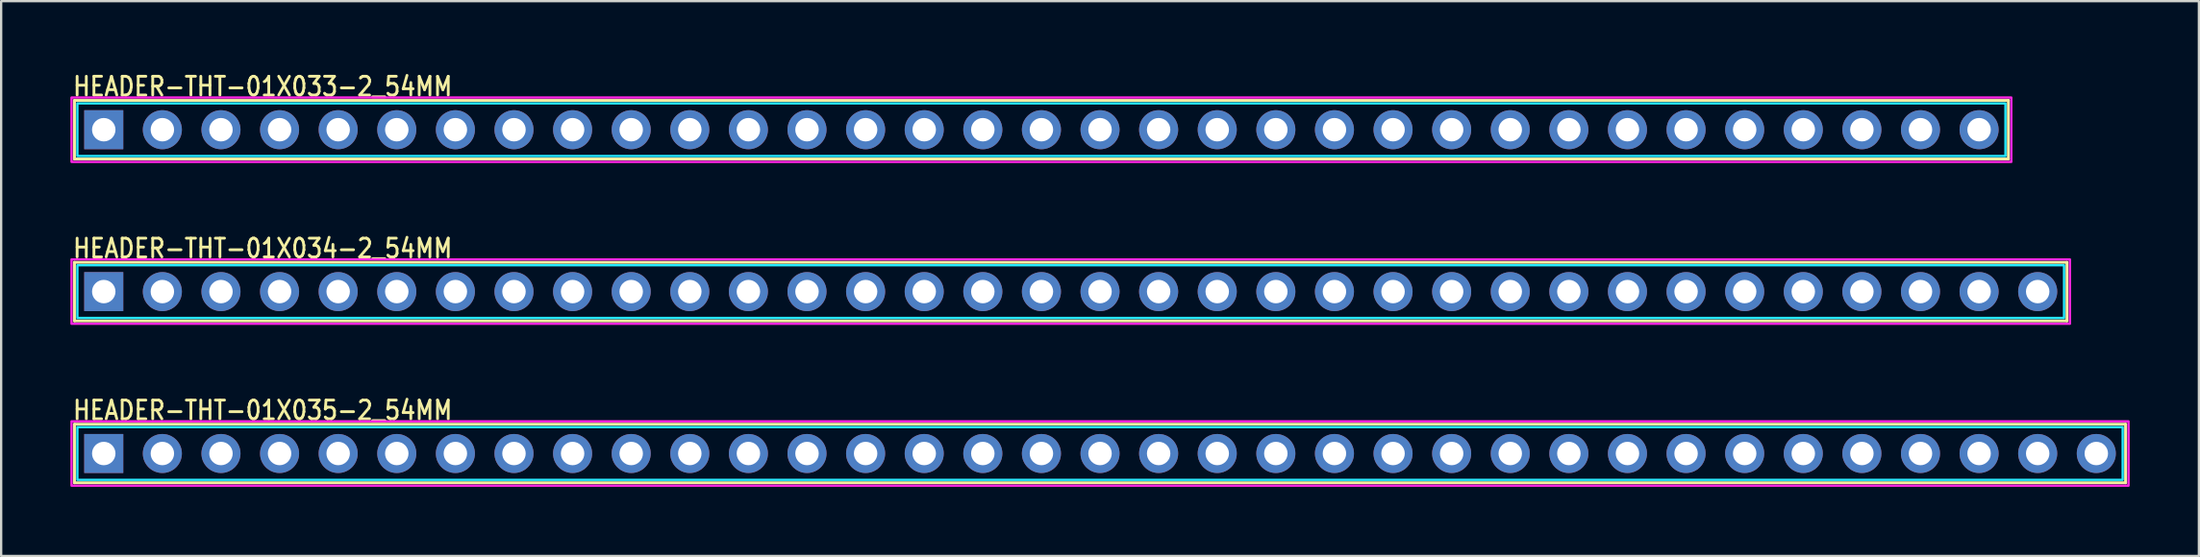
<source format=kicad_pcb>
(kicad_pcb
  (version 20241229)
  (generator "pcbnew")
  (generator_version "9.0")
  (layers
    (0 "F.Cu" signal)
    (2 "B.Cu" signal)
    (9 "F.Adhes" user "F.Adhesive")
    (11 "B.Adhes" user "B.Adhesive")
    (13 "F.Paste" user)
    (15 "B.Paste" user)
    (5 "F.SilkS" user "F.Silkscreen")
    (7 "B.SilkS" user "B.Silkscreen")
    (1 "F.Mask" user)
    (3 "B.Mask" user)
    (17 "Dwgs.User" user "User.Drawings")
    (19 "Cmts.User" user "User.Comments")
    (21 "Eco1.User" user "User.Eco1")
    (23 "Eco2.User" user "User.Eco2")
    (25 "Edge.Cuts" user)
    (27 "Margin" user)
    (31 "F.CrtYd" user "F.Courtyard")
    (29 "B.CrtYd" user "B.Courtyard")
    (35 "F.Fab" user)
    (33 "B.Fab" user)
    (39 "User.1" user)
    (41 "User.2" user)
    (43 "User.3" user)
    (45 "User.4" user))
  (footprint "HEADER-THT-01X035-2_54MM"
    (layer "F.Cu")
    (at 1.447 16.63)
    (property "Reference" "HEADER-THT-01X035-2_54MM" (at -1.4 -1.4 0) (unlocked yes) (layer "F.SilkS") (effects (font (size 0.813 0.695) (thickness 0.122)) (justify left bottom)))
    (fp_line (start -1.27 -1.27) (end -1.27 1.27) (stroke (width 0.127) (type solid)) (layer "F.SilkS"))
    (fp_line (start -1.27 1.27) (end 87.63 1.27) (stroke (width 0.127) (type solid)) (layer "F.SilkS"))
    (fp_line (start 87.63 -1.27) (end -1.27 -1.27) (stroke (width 0.127) (type solid)) (layer "F.SilkS"))
    (fp_line (start 87.63 1.27) (end 87.63 -1.27) (stroke (width 0.127) (type solid)) (layer "F.SilkS"))
    (fp_poly (pts (xy -1.143 -1.143) (xy 87.503 -1.143) (xy 87.503 1.143) (xy -1.143 1.143)) (stroke (width 0.1) (type solid)) (fill no) (layer "B.CrtYd"))
    (fp_poly (pts (xy -1.397 -1.397) (xy 87.757 -1.397) (xy 87.757 1.397) (xy -1.397 1.397)) (stroke (width 0.1) (type solid)) (fill no) (layer "F.CrtYd"))
    (pad "1" thru_hole rect (at 0 0) (size 1.693 1.693) (drill 1.016) (layers "*.Cu" "*.Mask"))
    (pad "2" thru_hole oval (at 2.54 0) (size 1.693 1.693) (drill 1.016) (layers "*.Cu" "*.Mask"))
    (pad "3" thru_hole oval (at 5.08 0) (size 1.693 1.693) (drill 1.016) (layers "*.Cu" "*.Mask"))
    (pad "4" thru_hole oval (at 7.62 0) (size 1.693 1.693) (drill 1.016) (layers "*.Cu" "*.Mask"))
    (pad "5" thru_hole oval (at 10.16 0) (size 1.693 1.693) (drill 1.016) (layers "*.Cu" "*.Mask"))
    (pad "6" thru_hole oval (at 12.7 0) (size 1.693 1.693) (drill 1.016) (layers "*.Cu" "*.Mask"))
    (pad "7" thru_hole oval (at 15.24 0) (size 1.693 1.693) (drill 1.016) (layers "*.Cu" "*.Mask"))
    (pad "8" thru_hole oval (at 17.78 0) (size 1.693 1.693) (drill 1.016) (layers "*.Cu" "*.Mask"))
    (pad "9" thru_hole oval (at 20.32 0) (size 1.693 1.693) (drill 1.016) (layers "*.Cu" "*.Mask"))
    (pad "10" thru_hole oval (at 22.86 0) (size 1.693 1.693) (drill 1.016) (layers "*.Cu" "*.Mask"))
    (pad "11" thru_hole oval (at 25.4 0) (size 1.693 1.693) (drill 1.016) (layers "*.Cu" "*.Mask"))
    (pad "12" thru_hole oval (at 27.94 0) (size 1.693 1.693) (drill 1.016) (layers "*.Cu" "*.Mask"))
    (pad "13" thru_hole oval (at 30.48 0) (size 1.693 1.693) (drill 1.016) (layers "*.Cu" "*.Mask"))
    (pad "14" thru_hole oval (at 33.02 0) (size 1.693 1.693) (drill 1.016) (layers "*.Cu" "*.Mask"))
    (pad "15" thru_hole oval (at 35.56 0) (size 1.693 1.693) (drill 1.016) (layers "*.Cu" "*.Mask"))
    (pad "16" thru_hole oval (at 38.1 0) (size 1.693 1.693) (drill 1.016) (layers "*.Cu" "*.Mask"))
    (pad "17" thru_hole oval (at 40.64 0) (size 1.693 1.693) (drill 1.016) (layers "*.Cu" "*.Mask"))
    (pad "18" thru_hole oval (at 43.18 0) (size 1.693 1.693) (drill 1.016) (layers "*.Cu" "*.Mask"))
    (pad "19" thru_hole oval (at 45.72 0) (size 1.693 1.693) (drill 1.016) (layers "*.Cu" "*.Mask"))
    (pad "20" thru_hole oval (at 48.26 0) (size 1.693 1.693) (drill 1.016) (layers "*.Cu" "*.Mask"))
    (pad "21" thru_hole oval (at 50.8 0) (size 1.693 1.693) (drill 1.016) (layers "*.Cu" "*.Mask"))
    (pad "22" thru_hole oval (at 53.34 0) (size 1.693 1.693) (drill 1.016) (layers "*.Cu" "*.Mask"))
    (pad "23" thru_hole oval (at 55.88 0) (size 1.693 1.693) (drill 1.016) (layers "*.Cu" "*.Mask"))
    (pad "24" thru_hole oval (at 58.42 0) (size 1.693 1.693) (drill 1.016) (layers "*.Cu" "*.Mask"))
    (pad "25" thru_hole oval (at 60.96 0) (size 1.693 1.693) (drill 1.016) (layers "*.Cu" "*.Mask"))
    (pad "26" thru_hole oval (at 63.5 0) (size 1.693 1.693) (drill 1.016) (layers "*.Cu" "*.Mask"))
    (pad "27" thru_hole oval (at 66.04 0) (size 1.693 1.693) (drill 1.016) (layers "*.Cu" "*.Mask"))
    (pad "28" thru_hole oval (at 68.58 0) (size 1.693 1.693) (drill 1.016) (layers "*.Cu" "*.Mask"))
    (pad "29" thru_hole oval (at 71.12 0) (size 1.693 1.693) (drill 1.016) (layers "*.Cu" "*.Mask"))
    (pad "30" thru_hole oval (at 73.66 0) (size 1.693 1.693) (drill 1.016) (layers "*.Cu" "*.Mask"))
    (pad "31" thru_hole oval (at 76.2 0) (size 1.693 1.693) (drill 1.016) (layers "*.Cu" "*.Mask"))
    (pad "32" thru_hole oval (at 78.74 0) (size 1.693 1.693) (drill 1.016) (layers "*.Cu" "*.Mask"))
    (pad "33" thru_hole oval (at 81.28 0) (size 1.693 1.693) (drill 1.016) (layers "*.Cu" "*.Mask"))
    (pad "34" thru_hole oval (at 83.82 0) (size 1.693 1.693) (drill 1.016) (layers "*.Cu" "*.Mask"))
    (pad "35" thru_hole oval (at 86.36 0) (size 1.693 1.693) (drill 1.016) (layers "*.Cu" "*.Mask")))
  (footprint "HEADER-THT-01X033-2_54MM"
    (layer "F.Cu")
    (at 1.447 2.579)
    (property "Reference" "HEADER-THT-01X033-2_54MM" (at -1.4 -1.4 0) (unlocked yes) (layer "F.SilkS") (effects (font (size 0.813 0.695) (thickness 0.122)) (justify left bottom)))
    (fp_line (start -1.27 -1.27) (end -1.27 1.27) (stroke (width 0.127) (type solid)) (layer "F.SilkS"))
    (fp_line (start -1.27 1.27) (end 82.55 1.27) (stroke (width 0.127) (type solid)) (layer "F.SilkS"))
    (fp_line (start 82.55 -1.27) (end -1.27 -1.27) (stroke (width 0.127) (type solid)) (layer "F.SilkS"))
    (fp_line (start 82.55 1.27) (end 82.55 -1.27) (stroke (width 0.127) (type solid)) (layer "F.SilkS"))
    (fp_poly (pts (xy -1.143 -1.143) (xy 82.423 -1.143) (xy 82.423 1.143) (xy -1.143 1.143)) (stroke (width 0.1) (type solid)) (fill no) (layer "B.CrtYd"))
    (fp_poly (pts (xy -1.397 -1.397) (xy 82.677 -1.397) (xy 82.677 1.397) (xy -1.397 1.397)) (stroke (width 0.1) (type solid)) (fill no) (layer "F.CrtYd"))
    (pad "1" thru_hole rect (at 0 0) (size 1.693 1.693) (drill 1.016) (layers "*.Cu" "*.Mask"))
    (pad "2" thru_hole oval (at 2.54 0) (size 1.693 1.693) (drill 1.016) (layers "*.Cu" "*.Mask"))
    (pad "3" thru_hole oval (at 5.08 0) (size 1.693 1.693) (drill 1.016) (layers "*.Cu" "*.Mask"))
    (pad "4" thru_hole oval (at 7.62 0) (size 1.693 1.693) (drill 1.016) (layers "*.Cu" "*.Mask"))
    (pad "5" thru_hole oval (at 10.16 0) (size 1.693 1.693) (drill 1.016) (layers "*.Cu" "*.Mask"))
    (pad "6" thru_hole oval (at 12.7 0) (size 1.693 1.693) (drill 1.016) (layers "*.Cu" "*.Mask"))
    (pad "7" thru_hole oval (at 15.24 0) (size 1.693 1.693) (drill 1.016) (layers "*.Cu" "*.Mask"))
    (pad "8" thru_hole oval (at 17.78 0) (size 1.693 1.693) (drill 1.016) (layers "*.Cu" "*.Mask"))
    (pad "9" thru_hole oval (at 20.32 0) (size 1.693 1.693) (drill 1.016) (layers "*.Cu" "*.Mask"))
    (pad "10" thru_hole oval (at 22.86 0) (size 1.693 1.693) (drill 1.016) (layers "*.Cu" "*.Mask"))
    (pad "11" thru_hole oval (at 25.4 0) (size 1.693 1.693) (drill 1.016) (layers "*.Cu" "*.Mask"))
    (pad "12" thru_hole oval (at 27.94 0) (size 1.693 1.693) (drill 1.016) (layers "*.Cu" "*.Mask"))
    (pad "13" thru_hole oval (at 30.48 0) (size 1.693 1.693) (drill 1.016) (layers "*.Cu" "*.Mask"))
    (pad "14" thru_hole oval (at 33.02 0) (size 1.693 1.693) (drill 1.016) (layers "*.Cu" "*.Mask"))
    (pad "15" thru_hole oval (at 35.56 0) (size 1.693 1.693) (drill 1.016) (layers "*.Cu" "*.Mask"))
    (pad "16" thru_hole oval (at 38.1 0) (size 1.693 1.693) (drill 1.016) (layers "*.Cu" "*.Mask"))
    (pad "17" thru_hole oval (at 40.64 0) (size 1.693 1.693) (drill 1.016) (layers "*.Cu" "*.Mask"))
    (pad "18" thru_hole oval (at 43.18 0) (size 1.693 1.693) (drill 1.016) (layers "*.Cu" "*.Mask"))
    (pad "19" thru_hole oval (at 45.72 0) (size 1.693 1.693) (drill 1.016) (layers "*.Cu" "*.Mask"))
    (pad "20" thru_hole oval (at 48.26 0) (size 1.693 1.693) (drill 1.016) (layers "*.Cu" "*.Mask"))
    (pad "21" thru_hole oval (at 50.8 0) (size 1.693 1.693) (drill 1.016) (layers "*.Cu" "*.Mask"))
    (pad "22" thru_hole oval (at 53.34 0) (size 1.693 1.693) (drill 1.016) (layers "*.Cu" "*.Mask"))
    (pad "23" thru_hole oval (at 55.88 0) (size 1.693 1.693) (drill 1.016) (layers "*.Cu" "*.Mask"))
    (pad "24" thru_hole oval (at 58.42 0) (size 1.693 1.693) (drill 1.016) (layers "*.Cu" "*.Mask"))
    (pad "25" thru_hole oval (at 60.96 0) (size 1.693 1.693) (drill 1.016) (layers "*.Cu" "*.Mask"))
    (pad "26" thru_hole oval (at 63.5 0) (size 1.693 1.693) (drill 1.016) (layers "*.Cu" "*.Mask"))
    (pad "27" thru_hole oval (at 66.04 0) (size 1.693 1.693) (drill 1.016) (layers "*.Cu" "*.Mask"))
    (pad "28" thru_hole oval (at 68.58 0) (size 1.693 1.693) (drill 1.016) (layers "*.Cu" "*.Mask"))
    (pad "29" thru_hole oval (at 71.12 0) (size 1.693 1.693) (drill 1.016) (layers "*.Cu" "*.Mask"))
    (pad "30" thru_hole oval (at 73.66 0) (size 1.693 1.693) (drill 1.016) (layers "*.Cu" "*.Mask"))
    (pad "31" thru_hole oval (at 76.2 0) (size 1.693 1.693) (drill 1.016) (layers "*.Cu" "*.Mask"))
    (pad "32" thru_hole oval (at 78.74 0) (size 1.693 1.693) (drill 1.016) (layers "*.Cu" "*.Mask"))
    (pad "33" thru_hole oval (at 81.28 0) (size 1.693 1.693) (drill 1.016) (layers "*.Cu" "*.Mask")))
  (footprint "HEADER-THT-01X034-2_54MM"
    (layer "F.Cu")
    (at 1.447 9.604)
    (property "Reference" "HEADER-THT-01X034-2_54MM" (at -1.4 -1.4 0) (unlocked yes) (layer "F.SilkS") (effects (font (size 0.813 0.695) (thickness 0.122)) (justify left bottom)))
    (fp_line (start -1.27 -1.27) (end -1.27 1.27) (stroke (width 0.127) (type solid)) (layer "F.SilkS"))
    (fp_line (start -1.27 1.27) (end 85.09 1.27) (stroke (width 0.127) (type solid)) (layer "F.SilkS"))
    (fp_line (start 85.09 -1.27) (end -1.27 -1.27) (stroke (width 0.127) (type solid)) (layer "F.SilkS"))
    (fp_line (start 85.09 1.27) (end 85.09 -1.27) (stroke (width 0.127) (type solid)) (layer "F.SilkS"))
    (fp_poly (pts (xy -1.143 -1.143) (xy 84.963 -1.143) (xy 84.963 1.143) (xy -1.143 1.143)) (stroke (width 0.1) (type solid)) (fill no) (layer "B.CrtYd"))
    (fp_poly (pts (xy -1.397 -1.397) (xy 85.217 -1.397) (xy 85.217 1.397) (xy -1.397 1.397)) (stroke (width 0.1) (type solid)) (fill no) (layer "F.CrtYd"))
    (pad "1" thru_hole rect (at 0 0) (size 1.693 1.693) (drill 1.016) (layers "*.Cu" "*.Mask"))
    (pad "2" thru_hole oval (at 2.54 0) (size 1.693 1.693) (drill 1.016) (layers "*.Cu" "*.Mask"))
    (pad "3" thru_hole oval (at 5.08 0) (size 1.693 1.693) (drill 1.016) (layers "*.Cu" "*.Mask"))
    (pad "4" thru_hole oval (at 7.62 0) (size 1.693 1.693) (drill 1.016) (layers "*.Cu" "*.Mask"))
    (pad "5" thru_hole oval (at 10.16 0) (size 1.693 1.693) (drill 1.016) (layers "*.Cu" "*.Mask"))
    (pad "6" thru_hole oval (at 12.7 0) (size 1.693 1.693) (drill 1.016) (layers "*.Cu" "*.Mask"))
    (pad "7" thru_hole oval (at 15.24 0) (size 1.693 1.693) (drill 1.016) (layers "*.Cu" "*.Mask"))
    (pad "8" thru_hole oval (at 17.78 0) (size 1.693 1.693) (drill 1.016) (layers "*.Cu" "*.Mask"))
    (pad "9" thru_hole oval (at 20.32 0) (size 1.693 1.693) (drill 1.016) (layers "*.Cu" "*.Mask"))
    (pad "10" thru_hole oval (at 22.86 0) (size 1.693 1.693) (drill 1.016) (layers "*.Cu" "*.Mask"))
    (pad "11" thru_hole oval (at 25.4 0) (size 1.693 1.693) (drill 1.016) (layers "*.Cu" "*.Mask"))
    (pad "12" thru_hole oval (at 27.94 0) (size 1.693 1.693) (drill 1.016) (layers "*.Cu" "*.Mask"))
    (pad "13" thru_hole oval (at 30.48 0) (size 1.693 1.693) (drill 1.016) (layers "*.Cu" "*.Mask"))
    (pad "14" thru_hole oval (at 33.02 0) (size 1.693 1.693) (drill 1.016) (layers "*.Cu" "*.Mask"))
    (pad "15" thru_hole oval (at 35.56 0) (size 1.693 1.693) (drill 1.016) (layers "*.Cu" "*.Mask"))
    (pad "16" thru_hole oval (at 38.1 0) (size 1.693 1.693) (drill 1.016) (layers "*.Cu" "*.Mask"))
    (pad "17" thru_hole oval (at 40.64 0) (size 1.693 1.693) (drill 1.016) (layers "*.Cu" "*.Mask"))
    (pad "18" thru_hole oval (at 43.18 0) (size 1.693 1.693) (drill 1.016) (layers "*.Cu" "*.Mask"))
    (pad "19" thru_hole oval (at 45.72 0) (size 1.693 1.693) (drill 1.016) (layers "*.Cu" "*.Mask"))
    (pad "20" thru_hole oval (at 48.26 0) (size 1.693 1.693) (drill 1.016) (layers "*.Cu" "*.Mask"))
    (pad "21" thru_hole oval (at 50.8 0) (size 1.693 1.693) (drill 1.016) (layers "*.Cu" "*.Mask"))
    (pad "22" thru_hole oval (at 53.34 0) (size 1.693 1.693) (drill 1.016) (layers "*.Cu" "*.Mask"))
    (pad "23" thru_hole oval (at 55.88 0) (size 1.693 1.693) (drill 1.016) (layers "*.Cu" "*.Mask"))
    (pad "24" thru_hole oval (at 58.42 0) (size 1.693 1.693) (drill 1.016) (layers "*.Cu" "*.Mask"))
    (pad "25" thru_hole oval (at 60.96 0) (size 1.693 1.693) (drill 1.016) (layers "*.Cu" "*.Mask"))
    (pad "26" thru_hole oval (at 63.5 0) (size 1.693 1.693) (drill 1.016) (layers "*.Cu" "*.Mask"))
    (pad "27" thru_hole oval (at 66.04 0) (size 1.693 1.693) (drill 1.016) (layers "*.Cu" "*.Mask"))
    (pad "28" thru_hole oval (at 68.58 0) (size 1.693 1.693) (drill 1.016) (layers "*.Cu" "*.Mask"))
    (pad "29" thru_hole oval (at 71.12 0) (size 1.693 1.693) (drill 1.016) (layers "*.Cu" "*.Mask"))
    (pad "30" thru_hole oval (at 73.66 0) (size 1.693 1.693) (drill 1.016) (layers "*.Cu" "*.Mask"))
    (pad "31" thru_hole oval (at 76.2 0) (size 1.693 1.693) (drill 1.016) (layers "*.Cu" "*.Mask"))
    (pad "32" thru_hole oval (at 78.74 0) (size 1.693 1.693) (drill 1.016) (layers "*.Cu" "*.Mask"))
    (pad "33" thru_hole oval (at 81.28 0) (size 1.693 1.693) (drill 1.016) (layers "*.Cu" "*.Mask"))
    (pad "34" thru_hole oval (at 83.82 0) (size 1.693 1.693) (drill 1.016) (layers "*.Cu" "*.Mask")))
  (gr_rect
    (start -3 -3)
    (end 92.254 21.077)
    (stroke (width 0.1) (type default))
    (fill no)
    (layer "Edge.Cuts")))
</source>
